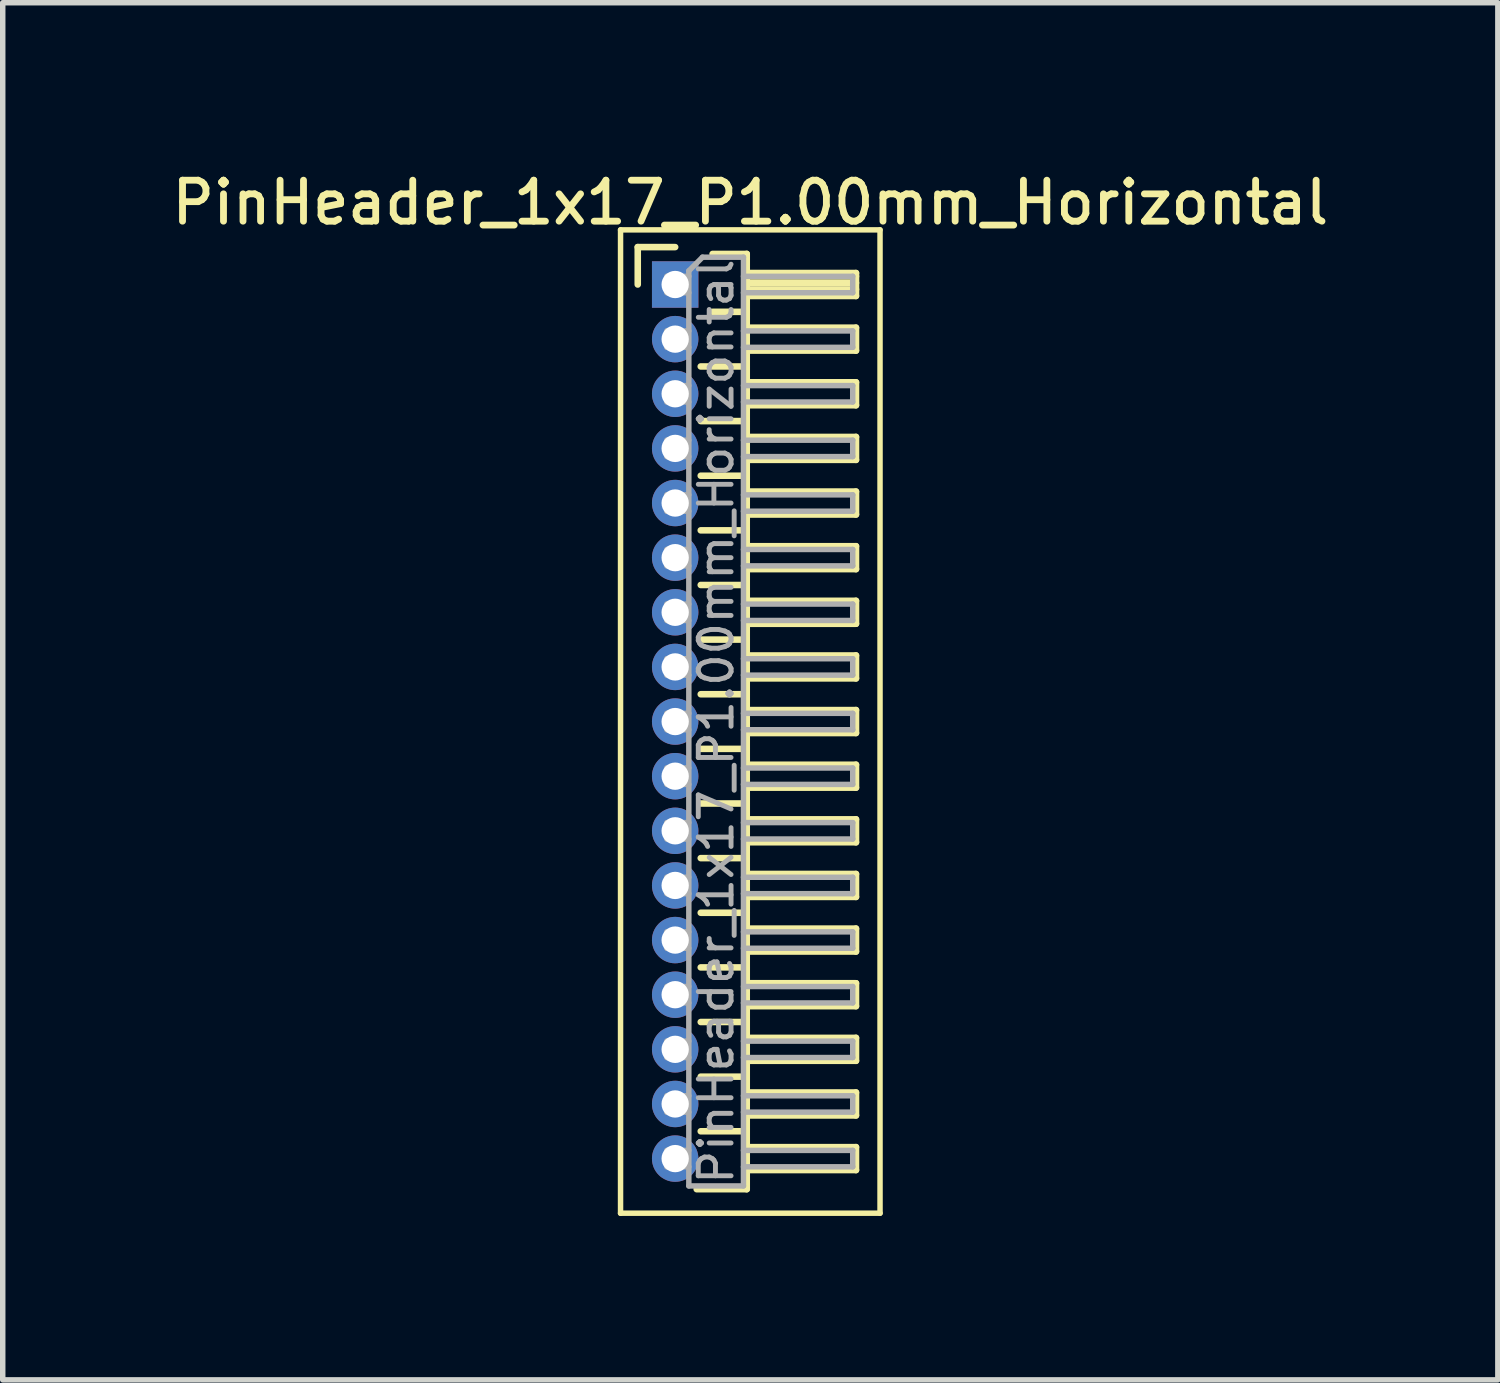
<source format=kicad_pcb>
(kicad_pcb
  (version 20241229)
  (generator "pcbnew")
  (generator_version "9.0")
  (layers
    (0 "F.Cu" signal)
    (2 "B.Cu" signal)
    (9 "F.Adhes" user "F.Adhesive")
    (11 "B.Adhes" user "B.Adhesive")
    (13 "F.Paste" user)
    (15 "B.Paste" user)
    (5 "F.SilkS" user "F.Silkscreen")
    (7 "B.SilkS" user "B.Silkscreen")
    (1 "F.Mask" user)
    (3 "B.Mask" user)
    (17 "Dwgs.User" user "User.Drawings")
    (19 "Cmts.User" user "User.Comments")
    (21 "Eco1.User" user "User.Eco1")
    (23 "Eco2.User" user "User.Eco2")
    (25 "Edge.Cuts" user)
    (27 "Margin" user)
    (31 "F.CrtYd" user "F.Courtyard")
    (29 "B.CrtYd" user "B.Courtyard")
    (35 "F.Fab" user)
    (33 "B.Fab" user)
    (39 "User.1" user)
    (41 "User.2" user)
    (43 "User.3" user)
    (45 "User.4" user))
  (footprint "PinHeader_1x17_P1.00mm_Horizontal"
    (layer "F.Cu")
    (at 9.309 2.158)
    (property "Reference" "PinHeader_1x17_P1.00mm_Horizontal" (at 1.375 -1.5 0) (layer "F.SilkS") (effects (font (size 0.75 0.75) (thickness 0.125))))
    (attr through_hole)
    (fp_line (start -1 -1) (end -1 17) (stroke (width 0.1) (type solid)) (layer "F.SilkS"))
    (fp_line (start -1 17) (end 3.75 17) (stroke (width 0.1) (type solid)) (layer "F.SilkS"))
    (fp_line (start -0.685 -0.685) (end 0 -0.685) (stroke (width 0.12) (type solid)) (layer "F.SilkS"))
    (fp_line (start -0.685 0) (end -0.685 -0.685) (stroke (width 0.12) (type solid)) (layer "F.SilkS"))
    (fp_line (start 0.468 1.5) (end 1.31 1.5) (stroke (width 0.12) (type solid)) (layer "F.SilkS"))
    (fp_line (start 0.468 2.5) (end 1.31 2.5) (stroke (width 0.12) (type solid)) (layer "F.SilkS"))
    (fp_line (start 0.468 3.5) (end 1.31 3.5) (stroke (width 0.12) (type solid)) (layer "F.SilkS"))
    (fp_line (start 0.468 4.5) (end 1.31 4.5) (stroke (width 0.12) (type solid)) (layer "F.SilkS"))
    (fp_line (start 0.468 5.5) (end 1.31 5.5) (stroke (width 0.12) (type solid)) (layer "F.SilkS"))
    (fp_line (start 0.468 6.5) (end 1.31 6.5) (stroke (width 0.12) (type solid)) (layer "F.SilkS"))
    (fp_line (start 0.468 7.5) (end 1.31 7.5) (stroke (width 0.12) (type solid)) (layer "F.SilkS"))
    (fp_line (start 0.468 8.5) (end 1.31 8.5) (stroke (width 0.12) (type solid)) (layer "F.SilkS"))
    (fp_line (start 0.468 9.5) (end 1.31 9.5) (stroke (width 0.12) (type solid)) (layer "F.SilkS"))
    (fp_line (start 0.468 10.5) (end 1.31 10.5) (stroke (width 0.12) (type solid)) (layer "F.SilkS"))
    (fp_line (start 0.468 11.5) (end 1.31 11.5) (stroke (width 0.12) (type solid)) (layer "F.SilkS"))
    (fp_line (start 0.468 12.5) (end 1.31 12.5) (stroke (width 0.12) (type solid)) (layer "F.SilkS"))
    (fp_line (start 0.468 13.5) (end 1.31 13.5) (stroke (width 0.12) (type solid)) (layer "F.SilkS"))
    (fp_line (start 0.468 14.5) (end 1.31 14.5) (stroke (width 0.12) (type solid)) (layer "F.SilkS"))
    (fp_line (start 0.468 15.5) (end 1.31 15.5) (stroke (width 0.12) (type solid)) (layer "F.SilkS"))
    (fp_line (start 0.685 -0.56) (end 1.31 -0.56) (stroke (width 0.12) (type solid)) (layer "F.SilkS"))
    (fp_line (start 0.685 0.5) (end 1.31 0.5) (stroke (width 0.12) (type solid)) (layer "F.SilkS"))
    (fp_line (start 1.31 -0.56) (end 1.31 16.56) (stroke (width 0.12) (type solid)) (layer "F.SilkS"))
    (fp_line (start 1.31 -0.21) (end 3.31 -0.21) (stroke (width 0.12) (type solid)) (layer "F.SilkS"))
    (fp_line (start 1.31 -0.15) (end 3.31 -0.15) (stroke (width 0.12) (type solid)) (layer "F.SilkS"))
    (fp_line (start 1.31 -0.03) (end 3.31 -0.03) (stroke (width 0.12) (type solid)) (layer "F.SilkS"))
    (fp_line (start 1.31 0.09) (end 3.31 0.09) (stroke (width 0.12) (type solid)) (layer "F.SilkS"))
    (fp_line (start 1.31 0.79) (end 3.31 0.79) (stroke (width 0.12) (type solid)) (layer "F.SilkS"))
    (fp_line (start 1.31 1.79) (end 3.31 1.79) (stroke (width 0.12) (type solid)) (layer "F.SilkS"))
    (fp_line (start 1.31 2.79) (end 3.31 2.79) (stroke (width 0.12) (type solid)) (layer "F.SilkS"))
    (fp_line (start 1.31 3.79) (end 3.31 3.79) (stroke (width 0.12) (type solid)) (layer "F.SilkS"))
    (fp_line (start 1.31 4.79) (end 3.31 4.79) (stroke (width 0.12) (type solid)) (layer "F.SilkS"))
    (fp_line (start 1.31 5.79) (end 3.31 5.79) (stroke (width 0.12) (type solid)) (layer "F.SilkS"))
    (fp_line (start 1.31 6.79) (end 3.31 6.79) (stroke (width 0.12) (type solid)) (layer "F.SilkS"))
    (fp_line (start 1.31 7.79) (end 3.31 7.79) (stroke (width 0.12) (type solid)) (layer "F.SilkS"))
    (fp_line (start 1.31 8.79) (end 3.31 8.79) (stroke (width 0.12) (type solid)) (layer "F.SilkS"))
    (fp_line (start 1.31 9.79) (end 3.31 9.79) (stroke (width 0.12) (type solid)) (layer "F.SilkS"))
    (fp_line (start 1.31 10.79) (end 3.31 10.79) (stroke (width 0.12) (type solid)) (layer "F.SilkS"))
    (fp_line (start 1.31 11.79) (end 3.31 11.79) (stroke (width 0.12) (type solid)) (layer "F.SilkS"))
    (fp_line (start 1.31 12.79) (end 3.31 12.79) (stroke (width 0.12) (type solid)) (layer "F.SilkS"))
    (fp_line (start 1.31 13.79) (end 3.31 13.79) (stroke (width 0.12) (type solid)) (layer "F.SilkS"))
    (fp_line (start 1.31 14.79) (end 3.31 14.79) (stroke (width 0.12) (type solid)) (layer "F.SilkS"))
    (fp_line (start 1.31 15.79) (end 3.31 15.79) (stroke (width 0.12) (type solid)) (layer "F.SilkS"))
    (fp_line (start 1.31 16.56) (end 0.394 16.56) (stroke (width 0.12) (type solid)) (layer "F.SilkS"))
    (fp_line (start 3.31 -0.21) (end 3.31 0.21) (stroke (width 0.12) (type solid)) (layer "F.SilkS"))
    (fp_line (start 3.31 0.21) (end 1.31 0.21) (stroke (width 0.12) (type solid)) (layer "F.SilkS"))
    (fp_line (start 3.31 0.79) (end 3.31 1.21) (stroke (width 0.12) (type solid)) (layer "F.SilkS"))
    (fp_line (start 3.31 1.21) (end 1.31 1.21) (stroke (width 0.12) (type solid)) (layer "F.SilkS"))
    (fp_line (start 3.31 1.79) (end 3.31 2.21) (stroke (width 0.12) (type solid)) (layer "F.SilkS"))
    (fp_line (start 3.31 2.21) (end 1.31 2.21) (stroke (width 0.12) (type solid)) (layer "F.SilkS"))
    (fp_line (start 3.31 2.79) (end 3.31 3.21) (stroke (width 0.12) (type solid)) (layer "F.SilkS"))
    (fp_line (start 3.31 3.21) (end 1.31 3.21) (stroke (width 0.12) (type solid)) (layer "F.SilkS"))
    (fp_line (start 3.31 3.79) (end 3.31 4.21) (stroke (width 0.12) (type solid)) (layer "F.SilkS"))
    (fp_line (start 3.31 4.21) (end 1.31 4.21) (stroke (width 0.12) (type solid)) (layer "F.SilkS"))
    (fp_line (start 3.31 4.79) (end 3.31 5.21) (stroke (width 0.12) (type solid)) (layer "F.SilkS"))
    (fp_line (start 3.31 5.21) (end 1.31 5.21) (stroke (width 0.12) (type solid)) (layer "F.SilkS"))
    (fp_line (start 3.31 5.79) (end 3.31 6.21) (stroke (width 0.12) (type solid)) (layer "F.SilkS"))
    (fp_line (start 3.31 6.21) (end 1.31 6.21) (stroke (width 0.12) (type solid)) (layer "F.SilkS"))
    (fp_line (start 3.31 6.79) (end 3.31 7.21) (stroke (width 0.12) (type solid)) (layer "F.SilkS"))
    (fp_line (start 3.31 7.21) (end 1.31 7.21) (stroke (width 0.12) (type solid)) (layer "F.SilkS"))
    (fp_line (start 3.31 7.79) (end 3.31 8.21) (stroke (width 0.12) (type solid)) (layer "F.SilkS"))
    (fp_line (start 3.31 8.21) (end 1.31 8.21) (stroke (width 0.12) (type solid)) (layer "F.SilkS"))
    (fp_line (start 3.31 8.79) (end 3.31 9.21) (stroke (width 0.12) (type solid)) (layer "F.SilkS"))
    (fp_line (start 3.31 9.21) (end 1.31 9.21) (stroke (width 0.12) (type solid)) (layer "F.SilkS"))
    (fp_line (start 3.31 9.79) (end 3.31 10.21) (stroke (width 0.12) (type solid)) (layer "F.SilkS"))
    (fp_line (start 3.31 10.21) (end 1.31 10.21) (stroke (width 0.12) (type solid)) (layer "F.SilkS"))
    (fp_line (start 3.31 10.79) (end 3.31 11.21) (stroke (width 0.12) (type solid)) (layer "F.SilkS"))
    (fp_line (start 3.31 11.21) (end 1.31 11.21) (stroke (width 0.12) (type solid)) (layer "F.SilkS"))
    (fp_line (start 3.31 11.79) (end 3.31 12.21) (stroke (width 0.12) (type solid)) (layer "F.SilkS"))
    (fp_line (start 3.31 12.21) (end 1.31 12.21) (stroke (width 0.12) (type solid)) (layer "F.SilkS"))
    (fp_line (start 3.31 12.79) (end 3.31 13.21) (stroke (width 0.12) (type solid)) (layer "F.SilkS"))
    (fp_line (start 3.31 13.21) (end 1.31 13.21) (stroke (width 0.12) (type solid)) (layer "F.SilkS"))
    (fp_line (start 3.31 13.79) (end 3.31 14.21) (stroke (width 0.12) (type solid)) (layer "F.SilkS"))
    (fp_line (start 3.31 14.21) (end 1.31 14.21) (stroke (width 0.12) (type solid)) (layer "F.SilkS"))
    (fp_line (start 3.31 14.79) (end 3.31 15.21) (stroke (width 0.12) (type solid)) (layer "F.SilkS"))
    (fp_line (start 3.31 15.21) (end 1.31 15.21) (stroke (width 0.12) (type solid)) (layer "F.SilkS"))
    (fp_line (start 3.31 15.79) (end 3.31 16.21) (stroke (width 0.12) (type solid)) (layer "F.SilkS"))
    (fp_line (start 3.31 16.21) (end 1.31 16.21) (stroke (width 0.12) (type solid)) (layer "F.SilkS"))
    (fp_line (start 3.75 -1) (end -1 -1) (stroke (width 0.1) (type solid)) (layer "F.SilkS"))
    (fp_line (start 3.75 17) (end 3.75 -1) (stroke (width 0.1) (type solid)) (layer "F.SilkS"))
    (fp_line (start -0.15 -0.15) (end -0.15 0.15) (stroke (width 0.1) (type solid)) (layer "F.Fab"))
    (fp_line (start -0.15 -0.15) (end 0.25 -0.15) (stroke (width 0.1) (type solid)) (layer "F.Fab"))
    (fp_line (start -0.15 0.15) (end 0.25 0.15) (stroke (width 0.1) (type solid)) (layer "F.Fab"))
    (fp_line (start -0.15 0.85) (end -0.15 1.15) (stroke (width 0.1) (type solid)) (layer "F.Fab"))
    (fp_line (start -0.15 0.85) (end 0.25 0.85) (stroke (width 0.1) (type solid)) (layer "F.Fab"))
    (fp_line (start -0.15 1.15) (end 0.25 1.15) (stroke (width 0.1) (type solid)) (layer "F.Fab"))
    (fp_line (start -0.15 1.85) (end -0.15 2.15) (stroke (width 0.1) (type solid)) (layer "F.Fab"))
    (fp_line (start -0.15 1.85) (end 0.25 1.85) (stroke (width 0.1) (type solid)) (layer "F.Fab"))
    (fp_line (start -0.15 2.15) (end 0.25 2.15) (stroke (width 0.1) (type solid)) (layer "F.Fab"))
    (fp_line (start -0.15 2.85) (end -0.15 3.15) (stroke (width 0.1) (type solid)) (layer "F.Fab"))
    (fp_line (start -0.15 2.85) (end 0.25 2.85) (stroke (width 0.1) (type solid)) (layer "F.Fab"))
    (fp_line (start -0.15 3.15) (end 0.25 3.15) (stroke (width 0.1) (type solid)) (layer "F.Fab"))
    (fp_line (start -0.15 3.85) (end -0.15 4.15) (stroke (width 0.1) (type solid)) (layer "F.Fab"))
    (fp_line (start -0.15 3.85) (end 0.25 3.85) (stroke (width 0.1) (type solid)) (layer "F.Fab"))
    (fp_line (start -0.15 4.15) (end 0.25 4.15) (stroke (width 0.1) (type solid)) (layer "F.Fab"))
    (fp_line (start -0.15 4.85) (end -0.15 5.15) (stroke (width 0.1) (type solid)) (layer "F.Fab"))
    (fp_line (start -0.15 4.85) (end 0.25 4.85) (stroke (width 0.1) (type solid)) (layer "F.Fab"))
    (fp_line (start -0.15 5.15) (end 0.25 5.15) (stroke (width 0.1) (type solid)) (layer "F.Fab"))
    (fp_line (start -0.15 5.85) (end -0.15 6.15) (stroke (width 0.1) (type solid)) (layer "F.Fab"))
    (fp_line (start -0.15 5.85) (end 0.25 5.85) (stroke (width 0.1) (type solid)) (layer "F.Fab"))
    (fp_line (start -0.15 6.15) (end 0.25 6.15) (stroke (width 0.1) (type solid)) (layer "F.Fab"))
    (fp_line (start -0.15 6.85) (end -0.15 7.15) (stroke (width 0.1) (type solid)) (layer "F.Fab"))
    (fp_line (start -0.15 6.85) (end 0.25 6.85) (stroke (width 0.1) (type solid)) (layer "F.Fab"))
    (fp_line (start -0.15 7.15) (end 0.25 7.15) (stroke (width 0.1) (type solid)) (layer "F.Fab"))
    (fp_line (start -0.15 7.85) (end -0.15 8.15) (stroke (width 0.1) (type solid)) (layer "F.Fab"))
    (fp_line (start -0.15 7.85) (end 0.25 7.85) (stroke (width 0.1) (type solid)) (layer "F.Fab"))
    (fp_line (start -0.15 8.15) (end 0.25 8.15) (stroke (width 0.1) (type solid)) (layer "F.Fab"))
    (fp_line (start -0.15 8.85) (end -0.15 9.15) (stroke (width 0.1) (type solid)) (layer "F.Fab"))
    (fp_line (start -0.15 8.85) (end 0.25 8.85) (stroke (width 0.1) (type solid)) (layer "F.Fab"))
    (fp_line (start -0.15 9.15) (end 0.25 9.15) (stroke (width 0.1) (type solid)) (layer "F.Fab"))
    (fp_line (start -0.15 9.85) (end -0.15 10.15) (stroke (width 0.1) (type solid)) (layer "F.Fab"))
    (fp_line (start -0.15 9.85) (end 0.25 9.85) (stroke (width 0.1) (type solid)) (layer "F.Fab"))
    (fp_line (start -0.15 10.15) (end 0.25 10.15) (stroke (width 0.1) (type solid)) (layer "F.Fab"))
    (fp_line (start -0.15 10.85) (end -0.15 11.15) (stroke (width 0.1) (type solid)) (layer "F.Fab"))
    (fp_line (start -0.15 10.85) (end 0.25 10.85) (stroke (width 0.1) (type solid)) (layer "F.Fab"))
    (fp_line (start -0.15 11.15) (end 0.25 11.15) (stroke (width 0.1) (type solid)) (layer "F.Fab"))
    (fp_line (start -0.15 11.85) (end -0.15 12.15) (stroke (width 0.1) (type solid)) (layer "F.Fab"))
    (fp_line (start -0.15 11.85) (end 0.25 11.85) (stroke (width 0.1) (type solid)) (layer "F.Fab"))
    (fp_line (start -0.15 12.15) (end 0.25 12.15) (stroke (width 0.1) (type solid)) (layer "F.Fab"))
    (fp_line (start -0.15 12.85) (end -0.15 13.15) (stroke (width 0.1) (type solid)) (layer "F.Fab"))
    (fp_line (start -0.15 12.85) (end 0.25 12.85) (stroke (width 0.1) (type solid)) (layer "F.Fab"))
    (fp_line (start -0.15 13.15) (end 0.25 13.15) (stroke (width 0.1) (type solid)) (layer "F.Fab"))
    (fp_line (start -0.15 13.85) (end -0.15 14.15) (stroke (width 0.1) (type solid)) (layer "F.Fab"))
    (fp_line (start -0.15 13.85) (end 0.25 13.85) (stroke (width 0.1) (type solid)) (layer "F.Fab"))
    (fp_line (start -0.15 14.15) (end 0.25 14.15) (stroke (width 0.1) (type solid)) (layer "F.Fab"))
    (fp_line (start -0.15 14.85) (end -0.15 15.15) (stroke (width 0.1) (type solid)) (layer "F.Fab"))
    (fp_line (start -0.15 14.85) (end 0.25 14.85) (stroke (width 0.1) (type solid)) (layer "F.Fab"))
    (fp_line (start -0.15 15.15) (end 0.25 15.15) (stroke (width 0.1) (type solid)) (layer "F.Fab"))
    (fp_line (start -0.15 15.85) (end -0.15 16.15) (stroke (width 0.1) (type solid)) (layer "F.Fab"))
    (fp_line (start -0.15 15.85) (end 0.25 15.85) (stroke (width 0.1) (type solid)) (layer "F.Fab"))
    (fp_line (start -0.15 16.15) (end 0.25 16.15) (stroke (width 0.1) (type solid)) (layer "F.Fab"))
    (fp_line (start 0.25 -0.25) (end 0.5 -0.5) (stroke (width 0.1) (type solid)) (layer "F.Fab"))
    (fp_line (start 0.25 16.5) (end 0.25 -0.25) (stroke (width 0.1) (type solid)) (layer "F.Fab"))
    (fp_line (start 0.5 -0.5) (end 1.25 -0.5) (stroke (width 0.1) (type solid)) (layer "F.Fab"))
    (fp_line (start 1.25 -0.5) (end 1.25 16.5) (stroke (width 0.1) (type solid)) (layer "F.Fab"))
    (fp_line (start 1.25 -0.15) (end 3.25 -0.15) (stroke (width 0.1) (type solid)) (layer "F.Fab"))
    (fp_line (start 1.25 0.15) (end 3.25 0.15) (stroke (width 0.1) (type solid)) (layer "F.Fab"))
    (fp_line (start 1.25 0.85) (end 3.25 0.85) (stroke (width 0.1) (type solid)) (layer "F.Fab"))
    (fp_line (start 1.25 1.15) (end 3.25 1.15) (stroke (width 0.1) (type solid)) (layer "F.Fab"))
    (fp_line (start 1.25 1.85) (end 3.25 1.85) (stroke (width 0.1) (type solid)) (layer "F.Fab"))
    (fp_line (start 1.25 2.15) (end 3.25 2.15) (stroke (width 0.1) (type solid)) (layer "F.Fab"))
    (fp_line (start 1.25 2.85) (end 3.25 2.85) (stroke (width 0.1) (type solid)) (layer "F.Fab"))
    (fp_line (start 1.25 3.15) (end 3.25 3.15) (stroke (width 0.1) (type solid)) (layer "F.Fab"))
    (fp_line (start 1.25 3.85) (end 3.25 3.85) (stroke (width 0.1) (type solid)) (layer "F.Fab"))
    (fp_line (start 1.25 4.15) (end 3.25 4.15) (stroke (width 0.1) (type solid)) (layer "F.Fab"))
    (fp_line (start 1.25 4.85) (end 3.25 4.85) (stroke (width 0.1) (type solid)) (layer "F.Fab"))
    (fp_line (start 1.25 5.15) (end 3.25 5.15) (stroke (width 0.1) (type solid)) (layer "F.Fab"))
    (fp_line (start 1.25 5.85) (end 3.25 5.85) (stroke (width 0.1) (type solid)) (layer "F.Fab"))
    (fp_line (start 1.25 6.15) (end 3.25 6.15) (stroke (width 0.1) (type solid)) (layer "F.Fab"))
    (fp_line (start 1.25 6.85) (end 3.25 6.85) (stroke (width 0.1) (type solid)) (layer "F.Fab"))
    (fp_line (start 1.25 7.15) (end 3.25 7.15) (stroke (width 0.1) (type solid)) (layer "F.Fab"))
    (fp_line (start 1.25 7.85) (end 3.25 7.85) (stroke (width 0.1) (type solid)) (layer "F.Fab"))
    (fp_line (start 1.25 8.15) (end 3.25 8.15) (stroke (width 0.1) (type solid)) (layer "F.Fab"))
    (fp_line (start 1.25 8.85) (end 3.25 8.85) (stroke (width 0.1) (type solid)) (layer "F.Fab"))
    (fp_line (start 1.25 9.15) (end 3.25 9.15) (stroke (width 0.1) (type solid)) (layer "F.Fab"))
    (fp_line (start 1.25 9.85) (end 3.25 9.85) (stroke (width 0.1) (type solid)) (layer "F.Fab"))
    (fp_line (start 1.25 10.15) (end 3.25 10.15) (stroke (width 0.1) (type solid)) (layer "F.Fab"))
    (fp_line (start 1.25 10.85) (end 3.25 10.85) (stroke (width 0.1) (type solid)) (layer "F.Fab"))
    (fp_line (start 1.25 11.15) (end 3.25 11.15) (stroke (width 0.1) (type solid)) (layer "F.Fab"))
    (fp_line (start 1.25 11.85) (end 3.25 11.85) (stroke (width 0.1) (type solid)) (layer "F.Fab"))
    (fp_line (start 1.25 12.15) (end 3.25 12.15) (stroke (width 0.1) (type solid)) (layer "F.Fab"))
    (fp_line (start 1.25 12.85) (end 3.25 12.85) (stroke (width 0.1) (type solid)) (layer "F.Fab"))
    (fp_line (start 1.25 13.15) (end 3.25 13.15) (stroke (width 0.1) (type solid)) (layer "F.Fab"))
    (fp_line (start 1.25 13.85) (end 3.25 13.85) (stroke (width 0.1) (type solid)) (layer "F.Fab"))
    (fp_line (start 1.25 14.15) (end 3.25 14.15) (stroke (width 0.1) (type solid)) (layer "F.Fab"))
    (fp_line (start 1.25 14.85) (end 3.25 14.85) (stroke (width 0.1) (type solid)) (layer "F.Fab"))
    (fp_line (start 1.25 15.15) (end 3.25 15.15) (stroke (width 0.1) (type solid)) (layer "F.Fab"))
    (fp_line (start 1.25 15.85) (end 3.25 15.85) (stroke (width 0.1) (type solid)) (layer "F.Fab"))
    (fp_line (start 1.25 16.15) (end 3.25 16.15) (stroke (width 0.1) (type solid)) (layer "F.Fab"))
    (fp_line (start 1.25 16.5) (end 0.25 16.5) (stroke (width 0.1) (type solid)) (layer "F.Fab"))
    (fp_line (start 3.25 -0.15) (end 3.25 0.15) (stroke (width 0.1) (type solid)) (layer "F.Fab"))
    (fp_line (start 3.25 0.85) (end 3.25 1.15) (stroke (width 0.1) (type solid)) (layer "F.Fab"))
    (fp_line (start 3.25 1.85) (end 3.25 2.15) (stroke (width 0.1) (type solid)) (layer "F.Fab"))
    (fp_line (start 3.25 2.85) (end 3.25 3.15) (stroke (width 0.1) (type solid)) (layer "F.Fab"))
    (fp_line (start 3.25 3.85) (end 3.25 4.15) (stroke (width 0.1) (type solid)) (layer "F.Fab"))
    (fp_line (start 3.25 4.85) (end 3.25 5.15) (stroke (width 0.1) (type solid)) (layer "F.Fab"))
    (fp_line (start 3.25 5.85) (end 3.25 6.15) (stroke (width 0.1) (type solid)) (layer "F.Fab"))
    (fp_line (start 3.25 6.85) (end 3.25 7.15) (stroke (width 0.1) (type solid)) (layer "F.Fab"))
    (fp_line (start 3.25 7.85) (end 3.25 8.15) (stroke (width 0.1) (type solid)) (layer "F.Fab"))
    (fp_line (start 3.25 8.85) (end 3.25 9.15) (stroke (width 0.1) (type solid)) (layer "F.Fab"))
    (fp_line (start 3.25 9.85) (end 3.25 10.15) (stroke (width 0.1) (type solid)) (layer "F.Fab"))
    (fp_line (start 3.25 10.85) (end 3.25 11.15) (stroke (width 0.1) (type solid)) (layer "F.Fab"))
    (fp_line (start 3.25 11.85) (end 3.25 12.15) (stroke (width 0.1) (type solid)) (layer "F.Fab"))
    (fp_line (start 3.25 12.85) (end 3.25 13.15) (stroke (width 0.1) (type solid)) (layer "F.Fab"))
    (fp_line (start 3.25 13.85) (end 3.25 14.15) (stroke (width 0.1) (type solid)) (layer "F.Fab"))
    (fp_line (start 3.25 14.85) (end 3.25 15.15) (stroke (width 0.1) (type solid)) (layer "F.Fab"))
    (fp_line (start 3.25 15.85) (end 3.25 16.15) (stroke (width 0.1) (type solid)) (layer "F.Fab"))
    (fp_text user "${REFERENCE}" (at 0.75 8 90) (layer "F.Fab") (effects (font (size 0.6 0.6) (thickness 0.09))))
    (pad "1" thru_hole rect (at 0 0) (size 0.85 0.85) (drill 0.5) (layers "*.Cu" "*.Mask"))
    (pad "2" thru_hole oval (at 0 1) (size 0.85 0.85) (drill 0.5) (layers "*.Cu" "*.Mask"))
    (pad "3" thru_hole oval (at 0 2) (size 0.85 0.85) (drill 0.5) (layers "*.Cu" "*.Mask"))
    (pad "4" thru_hole oval (at 0 3) (size 0.85 0.85) (drill 0.5) (layers "*.Cu" "*.Mask"))
    (pad "5" thru_hole oval (at 0 4) (size 0.85 0.85) (drill 0.5) (layers "*.Cu" "*.Mask"))
    (pad "6" thru_hole oval (at 0 5) (size 0.85 0.85) (drill 0.5) (layers "*.Cu" "*.Mask"))
    (pad "7" thru_hole oval (at 0 6) (size 0.85 0.85) (drill 0.5) (layers "*.Cu" "*.Mask"))
    (pad "8" thru_hole oval (at 0 7) (size 0.85 0.85) (drill 0.5) (layers "*.Cu" "*.Mask"))
    (pad "9" thru_hole oval (at 0 8) (size 0.85 0.85) (drill 0.5) (layers "*.Cu" "*.Mask"))
    (pad "10" thru_hole oval (at 0 9) (size 0.85 0.85) (drill 0.5) (layers "*.Cu" "*.Mask"))
    (pad "11" thru_hole oval (at 0 10) (size 0.85 0.85) (drill 0.5) (layers "*.Cu" "*.Mask"))
    (pad "12" thru_hole oval (at 0 11) (size 0.85 0.85) (drill 0.5) (layers "*.Cu" "*.Mask"))
    (pad "13" thru_hole oval (at 0 12) (size 0.85 0.85) (drill 0.5) (layers "*.Cu" "*.Mask"))
    (pad "14" thru_hole oval (at 0 13) (size 0.85 0.85) (drill 0.5) (layers "*.Cu" "*.Mask"))
    (pad "15" thru_hole oval (at 0 14) (size 0.85 0.85) (drill 0.5) (layers "*.Cu" "*.Mask"))
    (pad "16" thru_hole oval (at 0 15) (size 0.85 0.85) (drill 0.5) (layers "*.Cu" "*.Mask"))
    (pad "17" thru_hole oval (at 0 16) (size 0.85 0.85) (drill 0.5) (layers "*.Cu" "*.Mask")))
  (gr_rect
    (start -3 -3)
    (end 24.368 22.208)
    (stroke (width 0.1) (type default))
    (fill no)
    (layer "Edge.Cuts")))
</source>
